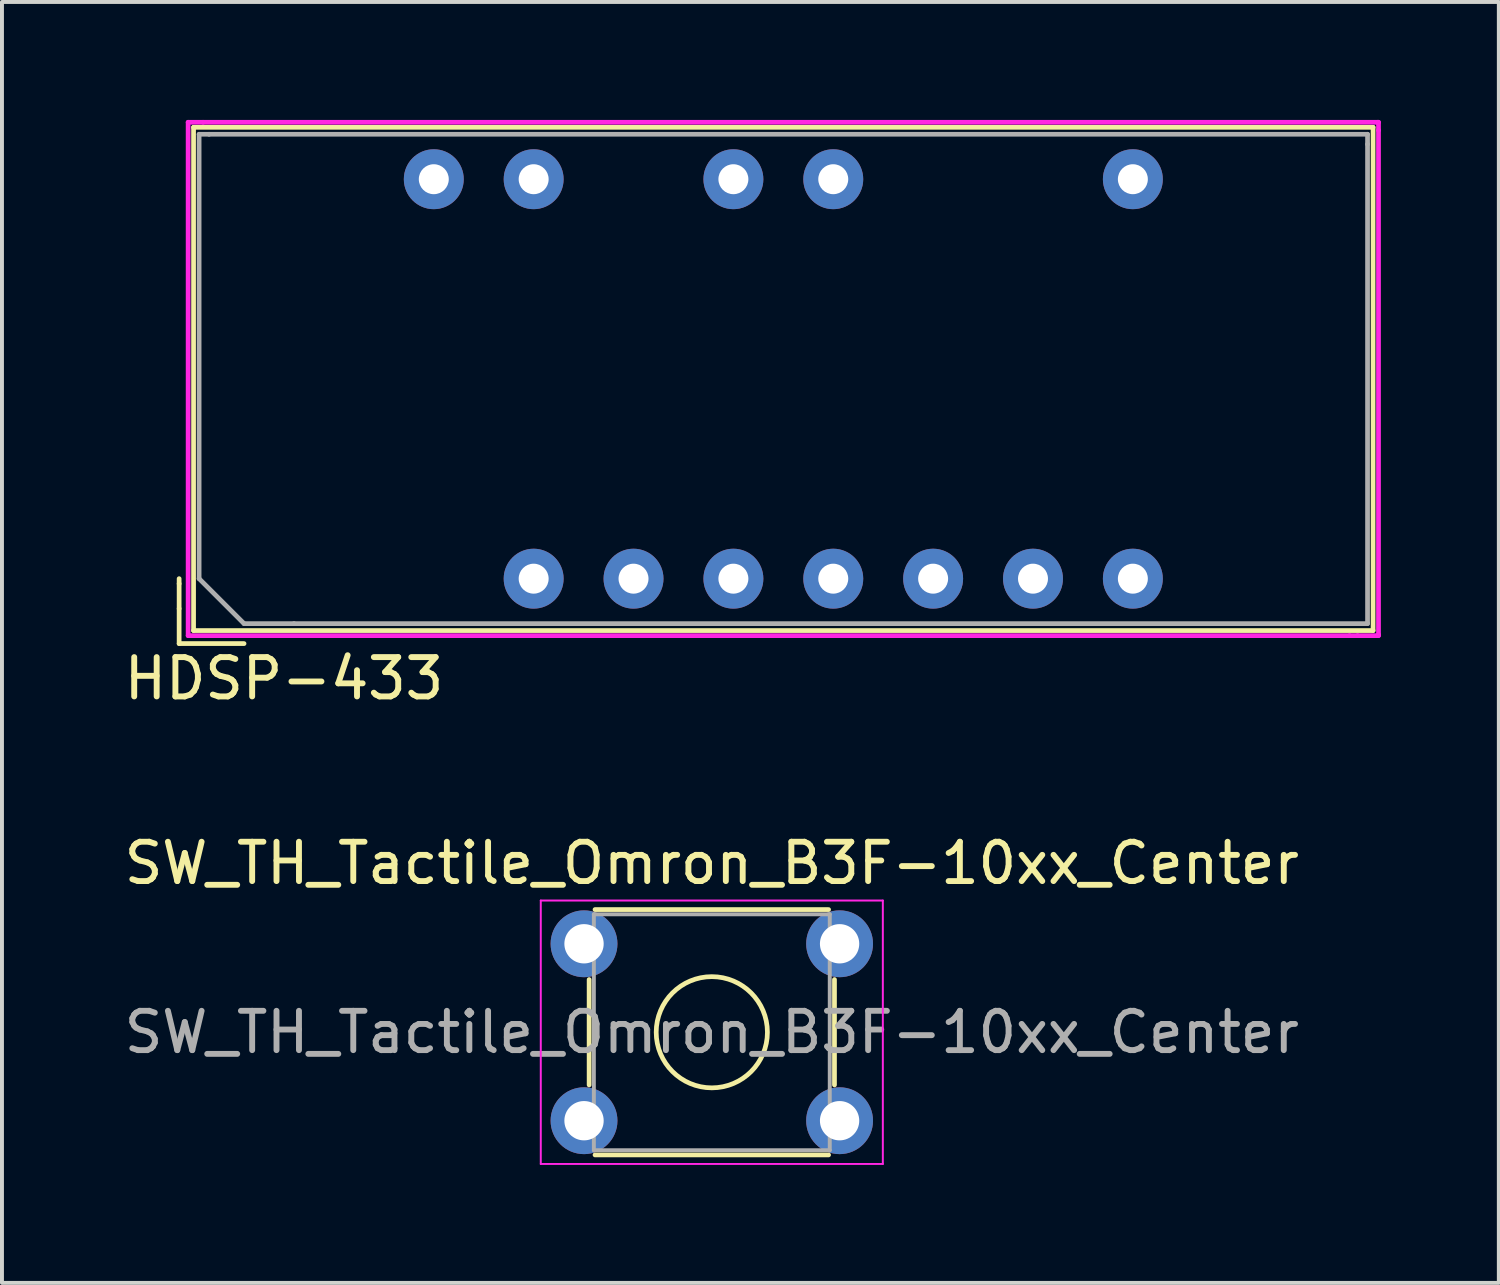
<source format=kicad_pcb>
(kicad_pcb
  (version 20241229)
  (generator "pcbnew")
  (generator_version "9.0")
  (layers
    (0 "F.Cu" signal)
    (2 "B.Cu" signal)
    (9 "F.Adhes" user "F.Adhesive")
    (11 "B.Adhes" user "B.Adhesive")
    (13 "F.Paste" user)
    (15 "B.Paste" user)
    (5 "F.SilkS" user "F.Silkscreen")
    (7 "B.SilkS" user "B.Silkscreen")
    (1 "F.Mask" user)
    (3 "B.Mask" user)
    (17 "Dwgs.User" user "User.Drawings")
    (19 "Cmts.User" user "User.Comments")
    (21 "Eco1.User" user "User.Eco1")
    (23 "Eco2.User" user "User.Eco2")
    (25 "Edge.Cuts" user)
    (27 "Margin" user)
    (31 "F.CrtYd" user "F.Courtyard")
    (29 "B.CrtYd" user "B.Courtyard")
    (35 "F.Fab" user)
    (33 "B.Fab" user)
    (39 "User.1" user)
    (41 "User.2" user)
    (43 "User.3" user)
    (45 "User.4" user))
  (footprint "SW_TH_Tactile_Omron_B3F-10xx_Center"
    (layer "F.Cu")
    (at 15.054 23.204)
    (property "Reference" "SW_TH_Tactile_Omron_B3F-10xx_Center" (at 0 -4.3 0) (layer "F.SilkS") (effects (font (size 1 1) (thickness 0.15))))
    (attr through_hole)
    (fp_line (start -3.12 1.34) (end -3.12 -1.34) (stroke (width 0.12) (type solid)) (layer "F.SilkS"))
    (fp_line (start -2.97 -3.12) (end 2.97 -3.12) (stroke (width 0.12) (type solid)) (layer "F.SilkS"))
    (fp_line (start -2.97 3.12) (end 2.97 3.12) (stroke (width 0.12) (type solid)) (layer "F.SilkS"))
    (fp_line (start 3.12 -1.34) (end 3.12 1.34) (stroke (width 0.12) (type solid)) (layer "F.SilkS"))
    (fp_circle (center 0 0) (end 1 1) (stroke (width 0.12) (type solid)) (fill no) (layer "F.SilkS"))
    (fp_line (start -4.35 -3.35) (end -4.35 3.35) (stroke (width 0.05) (type solid)) (layer "F.CrtYd"))
    (fp_line (start -4.35 -3.35) (end 4.35 -3.35) (stroke (width 0.05) (type solid)) (layer "F.CrtYd"))
    (fp_line (start -4.35 3.35) (end 4.35 3.35) (stroke (width 0.05) (type solid)) (layer "F.CrtYd"))
    (fp_line (start 4.35 3.35) (end 4.35 -3.35) (stroke (width 0.05) (type solid)) (layer "F.CrtYd"))
    (fp_line (start -3 -3) (end -3 3) (stroke (width 0.1) (type solid)) (layer "F.Fab"))
    (fp_line (start -3 -3) (end 3 -3) (stroke (width 0.1) (type solid)) (layer "F.Fab"))
    (fp_line (start -3 3) (end 3 3) (stroke (width 0.1) (type solid)) (layer "F.Fab"))
    (fp_line (start 3 -3) (end 3 3) (stroke (width 0.1) (type solid)) (layer "F.Fab"))
    (fp_text user "${REFERENCE}" (at 0 0 0) (layer "F.Fab") (effects (font (size 1 1) (thickness 0.15))))
    (pad "1" thru_hole circle (at -3.25 -2.25) (size 1.7 1.7) (drill 1) (layers "*.Cu" "*.Mask"))
    (pad "2" thru_hole circle (at 3.25 -2.25) (size 1.7 1.7) (drill 1) (layers "*.Cu" "*.Mask"))
    (pad "3" thru_hole circle (at -3.25 2.25) (size 1.7 1.7) (drill 1) (layers "*.Cu" "*.Mask"))
    (pad "4" thru_hole circle (at 3.25 2.25) (size 1.7 1.7) (drill 1) (layers "*.Cu" "*.Mask")))
  (footprint "HDSP-433"
    (layer "F.Cu")
    (at 16.873 6.588)
    (property "Reference" "HDSP-433" (at -12.7 7.62 0) (layer "F.SilkS") (effects (font (size 1 1) (thickness 0.15))))
    (attr through_hole)
    (fp_line (start -15.367 5.207) (end -15.367 5.08) (stroke (width 0.12) (type solid)) (layer "F.SilkS"))
    (fp_line (start -15.367 5.842) (end -15.367 5.207) (stroke (width 0.12) (type solid)) (layer "F.SilkS"))
    (fp_line (start -15.367 5.842) (end -15.367 6.731) (stroke (width 0.12) (type solid)) (layer "F.SilkS"))
    (fp_line (start -15.367 6.731) (end -13.716 6.731) (stroke (width 0.12) (type solid)) (layer "F.SilkS"))
    (fp_line (start -15 -6.4) (end -15 6.4) (stroke (width 0.12) (type solid)) (layer "F.SilkS"))
    (fp_line (start -15 -6.4) (end 15 -6.4) (stroke (width 0.12) (type solid)) (layer "F.SilkS"))
    (fp_line (start -15 6.4) (end 15 6.4) (stroke (width 0.12) (type solid)) (layer "F.SilkS"))
    (fp_line (start 15 -6.4) (end 15 6.4) (stroke (width 0.12) (type solid)) (layer "F.SilkS"))
    (fp_line (start -15.138 -6.528) (end -14.757 -6.528) (stroke (width 0.12) (type solid)) (layer "F.CrtYd"))
    (fp_line (start -15.138 6.528) (end -15.138 -6.528) (stroke (width 0.12) (type solid)) (layer "F.CrtYd"))
    (fp_line (start -15.113 6.528) (end -15.138 6.528) (stroke (width 0.12) (type solid)) (layer "F.CrtYd"))
    (fp_line (start -14.757 -6.528) (end 15.113 -6.528) (stroke (width 0.12) (type solid)) (layer "F.CrtYd"))
    (fp_line (start 14.402 6.528) (end -15.113 6.528) (stroke (width 0.12) (type solid)) (layer "F.CrtYd"))
    (fp_line (start 14.605 6.528) (end 14.402 6.528) (stroke (width 0.12) (type solid)) (layer "F.CrtYd"))
    (fp_line (start 14.605 6.528) (end 15.138 6.528) (stroke (width 0.12) (type solid)) (layer "F.CrtYd"))
    (fp_line (start 15.113 -6.528) (end 15.138 -6.528) (stroke (width 0.12) (type solid)) (layer "F.CrtYd"))
    (fp_line (start 15.138 -6.528) (end 15.138 -6.325) (stroke (width 0.12) (type solid)) (layer "F.CrtYd"))
    (fp_line (start 15.138 -6.325) (end 15.138 6.502) (stroke (width 0.12) (type solid)) (layer "F.CrtYd"))
    (fp_line (start 15.138 6.502) (end 15.138 6.528) (stroke (width 0.12) (type solid)) (layer "F.CrtYd"))
    (fp_line (start -14.859 5.08) (end -14.859 -6.223) (stroke (width 0.12) (type solid)) (layer "F.Fab"))
    (fp_line (start -14.859 5.08) (end -13.716 6.223) (stroke (width 0.12) (type solid)) (layer "F.Fab"))
    (fp_line (start -14.605 -6.223) (end -14.859 -6.223) (stroke (width 0.12) (type solid)) (layer "F.Fab"))
    (fp_line (start -14.605 -6.223) (end 14.859 -6.223) (stroke (width 0.12) (type solid)) (layer "F.Fab"))
    (fp_line (start -13.716 6.223) (end -12.446 6.223) (stroke (width 0.12) (type solid)) (layer "F.Fab"))
    (fp_line (start -12.446 6.223) (end 14.859 6.223) (stroke (width 0.12) (type solid)) (layer "F.Fab"))
    (fp_line (start 14.859 -5.969) (end 14.859 -6.223) (stroke (width 0.12) (type solid)) (layer "F.Fab"))
    (fp_line (start 14.859 -5.969) (end 14.859 6.223) (stroke (width 0.12) (type solid)) (layer "F.Fab"))
    (pad "1" thru_hole circle (at -6.35 5.08) (size 1.524 1.524) (drill 0.762) (layers "*.Cu" "*.Mask"))
    (pad "2" thru_hole circle (at -3.81 5.08) (size 1.524 1.524) (drill 0.762) (layers "*.Cu" "*.Mask"))
    (pad "3" thru_hole circle (at -1.27 5.08) (size 1.524 1.524) (drill 0.762) (layers "*.Cu" "*.Mask"))
    (pad "4" thru_hole circle (at 1.27 5.08) (size 1.524 1.524) (drill 0.762) (layers "*.Cu" "*.Mask"))
    (pad "5" thru_hole circle (at 3.81 5.08) (size 1.524 1.524) (drill 0.762) (layers "*.Cu" "*.Mask"))
    (pad "6" thru_hole circle (at 6.35 5.08) (size 1.524 1.524) (drill 0.762) (layers "*.Cu" "*.Mask"))
    (pad "7" thru_hole circle (at 8.89 5.08) (size 1.524 1.524) (drill 0.762) (layers "*.Cu" "*.Mask"))
    (pad "8" thru_hole circle (at 8.89 -5.08) (size 1.524 1.524) (drill 0.762) (layers "*.Cu" "*.Mask"))
    (pad "11" thru_hole circle (at 1.27 -5.08) (size 1.524 1.524) (drill 0.762) (layers "*.Cu" "*.Mask"))
    (pad "12" thru_hole circle (at -1.27 -5.08) (size 1.524 1.524) (drill 0.762) (layers "*.Cu" "*.Mask"))
    (pad "14" thru_hole circle (at -6.35 -5.08) (size 1.524 1.524) (drill 0.762) (layers "*.Cu" "*.Mask"))
    (pad "15" thru_hole circle (at -8.89 -5.08) (size 1.524 1.524) (drill 0.762) (layers "*.Cu" "*.Mask")))
  (gr_rect
    (start -3 -3)
    (end 35.071 29.579)
    (stroke (width 0.1) (type default))
    (fill no)
    (layer "Edge.Cuts")))
</source>
